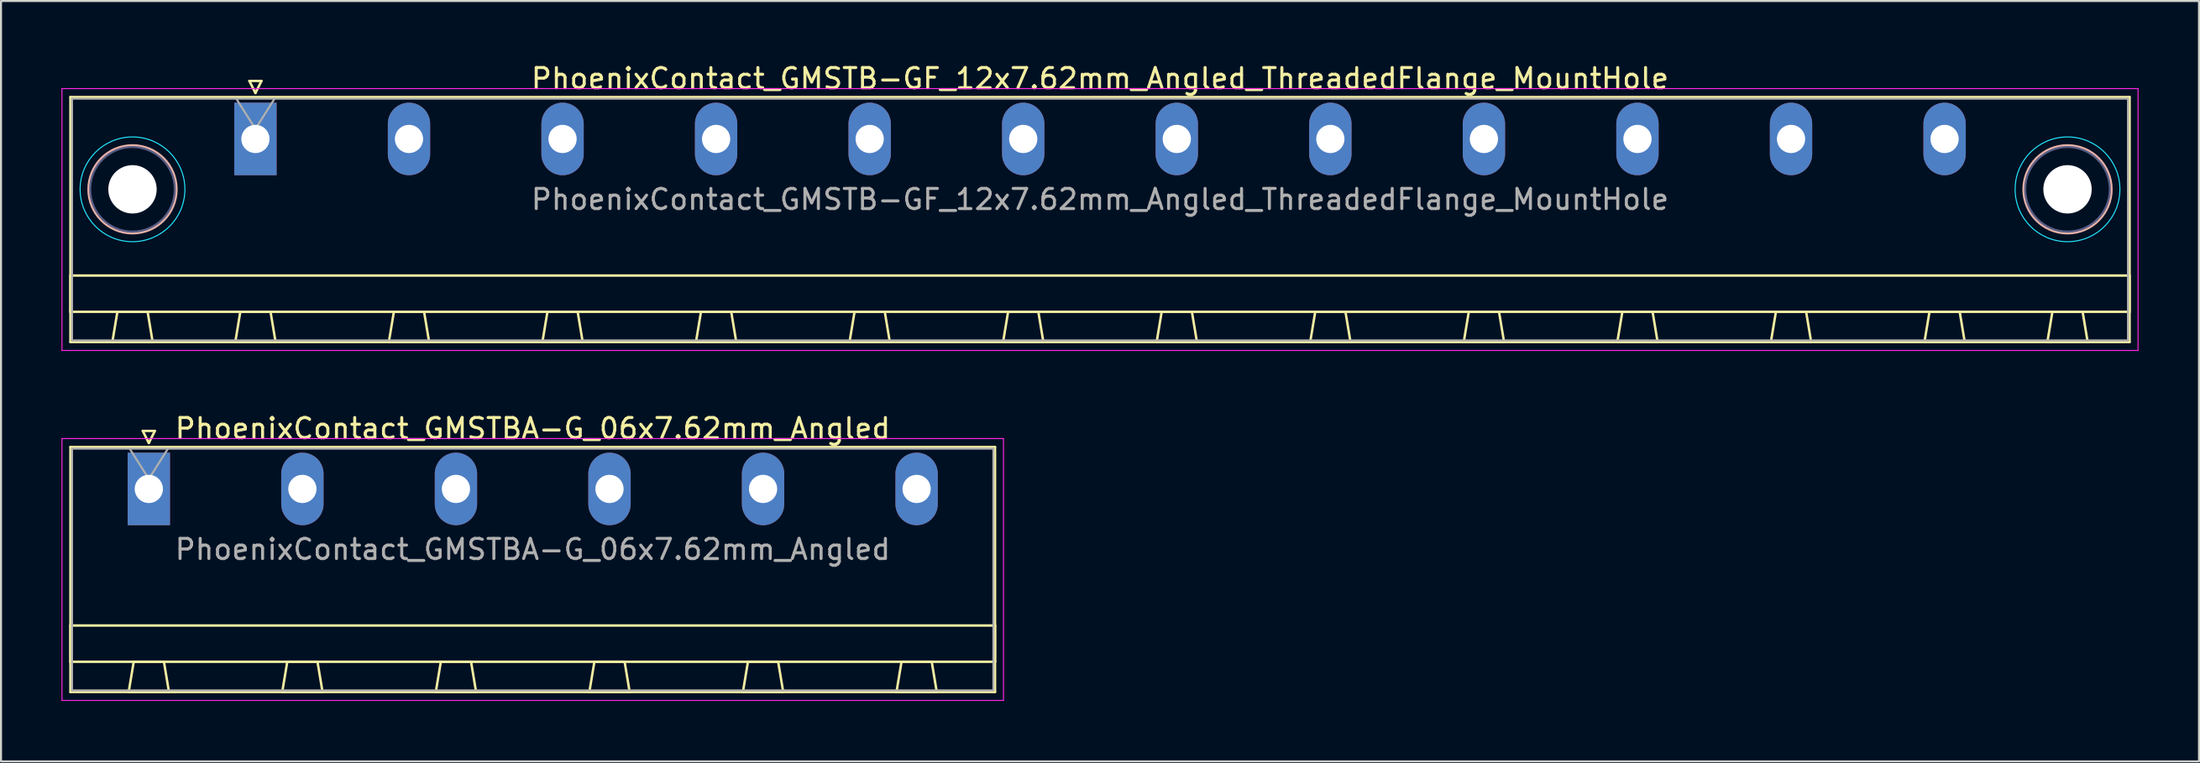
<source format=kicad_pcb>
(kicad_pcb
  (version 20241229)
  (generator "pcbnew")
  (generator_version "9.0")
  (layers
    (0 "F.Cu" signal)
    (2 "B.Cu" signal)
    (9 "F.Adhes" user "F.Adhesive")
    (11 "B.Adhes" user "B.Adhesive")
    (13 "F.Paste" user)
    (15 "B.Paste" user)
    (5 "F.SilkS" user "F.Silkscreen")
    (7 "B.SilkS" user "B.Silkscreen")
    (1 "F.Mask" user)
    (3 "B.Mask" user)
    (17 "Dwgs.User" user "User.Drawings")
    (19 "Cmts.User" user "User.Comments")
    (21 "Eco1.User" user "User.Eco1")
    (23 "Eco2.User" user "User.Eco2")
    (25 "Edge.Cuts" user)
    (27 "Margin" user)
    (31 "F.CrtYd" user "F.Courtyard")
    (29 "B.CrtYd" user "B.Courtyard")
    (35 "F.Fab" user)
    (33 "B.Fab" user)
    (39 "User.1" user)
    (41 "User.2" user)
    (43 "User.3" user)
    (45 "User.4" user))
  (footprint "PhoenixContact_GMSTB-GF_12x7.62mm_Angled_ThreadedFlange_MountHole"
    (layer "F.Cu")
    (at 9.625 3.848)
    (property "Reference" "PhoenixContact_GMSTB-GF_12x7.62mm_Angled_ThreadedFlange_MountHole" (at 41.91 -3 0) (layer "F.SilkS") (effects (font (size 1 1) (thickness 0.15))))
    (attr through_hole)
    (fp_line (start -9.18 -2.08) (end -9.18 10.08) (stroke (width 0.12) (type solid)) (layer "F.SilkS"))
    (fp_line (start -9.18 6.78) (end 93 6.78) (stroke (width 0.12) (type solid)) (layer "F.SilkS"))
    (fp_line (start -9.18 8.58) (end -9.18 6.78) (stroke (width 0.12) (type solid)) (layer "F.SilkS"))
    (fp_line (start -9.18 10.08) (end 93 10.08) (stroke (width 0.12) (type solid)) (layer "F.SilkS"))
    (fp_line (start -7.1 10.08) (end -5.1 10.08) (stroke (width 0.12) (type solid)) (layer "F.SilkS"))
    (fp_line (start -6.85 8.58) (end -7.1 10.08) (stroke (width 0.12) (type solid)) (layer "F.SilkS"))
    (fp_line (start -5.35 8.58) (end -6.85 8.58) (stroke (width 0.12) (type solid)) (layer "F.SilkS"))
    (fp_line (start -5.1 10.08) (end -5.35 8.58) (stroke (width 0.12) (type solid)) (layer "F.SilkS"))
    (fp_line (start -1 10.08) (end 1 10.08) (stroke (width 0.12) (type solid)) (layer "F.SilkS"))
    (fp_line (start -0.75 8.58) (end -1 10.08) (stroke (width 0.12) (type solid)) (layer "F.SilkS"))
    (fp_line (start -0.3 -2.88) (end 0.3 -2.88) (stroke (width 0.12) (type solid)) (layer "F.SilkS"))
    (fp_line (start 0 -2.28) (end -0.3 -2.88) (stroke (width 0.12) (type solid)) (layer "F.SilkS"))
    (fp_line (start 0.3 -2.88) (end 0 -2.28) (stroke (width 0.12) (type solid)) (layer "F.SilkS"))
    (fp_line (start 0.75 8.58) (end -0.75 8.58) (stroke (width 0.12) (type solid)) (layer "F.SilkS"))
    (fp_line (start 1 10.08) (end 0.75 8.58) (stroke (width 0.12) (type solid)) (layer "F.SilkS"))
    (fp_line (start 6.62 10.08) (end 8.62 10.08) (stroke (width 0.12) (type solid)) (layer "F.SilkS"))
    (fp_line (start 6.87 8.58) (end 6.62 10.08) (stroke (width 0.12) (type solid)) (layer "F.SilkS"))
    (fp_line (start 8.37 8.58) (end 6.87 8.58) (stroke (width 0.12) (type solid)) (layer "F.SilkS"))
    (fp_line (start 8.62 10.08) (end 8.37 8.58) (stroke (width 0.12) (type solid)) (layer "F.SilkS"))
    (fp_line (start 14.24 10.08) (end 16.24 10.08) (stroke (width 0.12) (type solid)) (layer "F.SilkS"))
    (fp_line (start 14.49 8.58) (end 14.24 10.08) (stroke (width 0.12) (type solid)) (layer "F.SilkS"))
    (fp_line (start 15.99 8.58) (end 14.49 8.58) (stroke (width 0.12) (type solid)) (layer "F.SilkS"))
    (fp_line (start 16.24 10.08) (end 15.99 8.58) (stroke (width 0.12) (type solid)) (layer "F.SilkS"))
    (fp_line (start 21.86 10.08) (end 23.86 10.08) (stroke (width 0.12) (type solid)) (layer "F.SilkS"))
    (fp_line (start 22.11 8.58) (end 21.86 10.08) (stroke (width 0.12) (type solid)) (layer "F.SilkS"))
    (fp_line (start 23.61 8.58) (end 22.11 8.58) (stroke (width 0.12) (type solid)) (layer "F.SilkS"))
    (fp_line (start 23.86 10.08) (end 23.61 8.58) (stroke (width 0.12) (type solid)) (layer "F.SilkS"))
    (fp_line (start 29.48 10.08) (end 31.48 10.08) (stroke (width 0.12) (type solid)) (layer "F.SilkS"))
    (fp_line (start 29.73 8.58) (end 29.48 10.08) (stroke (width 0.12) (type solid)) (layer "F.SilkS"))
    (fp_line (start 31.23 8.58) (end 29.73 8.58) (stroke (width 0.12) (type solid)) (layer "F.SilkS"))
    (fp_line (start 31.48 10.08) (end 31.23 8.58) (stroke (width 0.12) (type solid)) (layer "F.SilkS"))
    (fp_line (start 37.1 10.08) (end 39.1 10.08) (stroke (width 0.12) (type solid)) (layer "F.SilkS"))
    (fp_line (start 37.35 8.58) (end 37.1 10.08) (stroke (width 0.12) (type solid)) (layer "F.SilkS"))
    (fp_line (start 38.85 8.58) (end 37.35 8.58) (stroke (width 0.12) (type solid)) (layer "F.SilkS"))
    (fp_line (start 39.1 10.08) (end 38.85 8.58) (stroke (width 0.12) (type solid)) (layer "F.SilkS"))
    (fp_line (start 44.72 10.08) (end 46.72 10.08) (stroke (width 0.12) (type solid)) (layer "F.SilkS"))
    (fp_line (start 44.97 8.58) (end 44.72 10.08) (stroke (width 0.12) (type solid)) (layer "F.SilkS"))
    (fp_line (start 46.47 8.58) (end 44.97 8.58) (stroke (width 0.12) (type solid)) (layer "F.SilkS"))
    (fp_line (start 46.72 10.08) (end 46.47 8.58) (stroke (width 0.12) (type solid)) (layer "F.SilkS"))
    (fp_line (start 52.34 10.08) (end 54.34 10.08) (stroke (width 0.12) (type solid)) (layer "F.SilkS"))
    (fp_line (start 52.59 8.58) (end 52.34 10.08) (stroke (width 0.12) (type solid)) (layer "F.SilkS"))
    (fp_line (start 54.09 8.58) (end 52.59 8.58) (stroke (width 0.12) (type solid)) (layer "F.SilkS"))
    (fp_line (start 54.34 10.08) (end 54.09 8.58) (stroke (width 0.12) (type solid)) (layer "F.SilkS"))
    (fp_line (start 59.96 10.08) (end 61.96 10.08) (stroke (width 0.12) (type solid)) (layer "F.SilkS"))
    (fp_line (start 60.21 8.58) (end 59.96 10.08) (stroke (width 0.12) (type solid)) (layer "F.SilkS"))
    (fp_line (start 61.71 8.58) (end 60.21 8.58) (stroke (width 0.12) (type solid)) (layer "F.SilkS"))
    (fp_line (start 61.96 10.08) (end 61.71 8.58) (stroke (width 0.12) (type solid)) (layer "F.SilkS"))
    (fp_line (start 67.58 10.08) (end 69.58 10.08) (stroke (width 0.12) (type solid)) (layer "F.SilkS"))
    (fp_line (start 67.83 8.58) (end 67.58 10.08) (stroke (width 0.12) (type solid)) (layer "F.SilkS"))
    (fp_line (start 69.33 8.58) (end 67.83 8.58) (stroke (width 0.12) (type solid)) (layer "F.SilkS"))
    (fp_line (start 69.58 10.08) (end 69.33 8.58) (stroke (width 0.12) (type solid)) (layer "F.SilkS"))
    (fp_line (start 75.2 10.08) (end 77.2 10.08) (stroke (width 0.12) (type solid)) (layer "F.SilkS"))
    (fp_line (start 75.45 8.58) (end 75.2 10.08) (stroke (width 0.12) (type solid)) (layer "F.SilkS"))
    (fp_line (start 76.95 8.58) (end 75.45 8.58) (stroke (width 0.12) (type solid)) (layer "F.SilkS"))
    (fp_line (start 77.2 10.08) (end 76.95 8.58) (stroke (width 0.12) (type solid)) (layer "F.SilkS"))
    (fp_line (start 82.82 10.08) (end 84.82 10.08) (stroke (width 0.12) (type solid)) (layer "F.SilkS"))
    (fp_line (start 83.07 8.58) (end 82.82 10.08) (stroke (width 0.12) (type solid)) (layer "F.SilkS"))
    (fp_line (start 84.57 8.58) (end 83.07 8.58) (stroke (width 0.12) (type solid)) (layer "F.SilkS"))
    (fp_line (start 84.82 10.08) (end 84.57 8.58) (stroke (width 0.12) (type solid)) (layer "F.SilkS"))
    (fp_line (start 88.92 10.08) (end 90.92 10.08) (stroke (width 0.12) (type solid)) (layer "F.SilkS"))
    (fp_line (start 89.17 8.58) (end 88.92 10.08) (stroke (width 0.12) (type solid)) (layer "F.SilkS"))
    (fp_line (start 90.67 8.58) (end 89.17 8.58) (stroke (width 0.12) (type solid)) (layer "F.SilkS"))
    (fp_line (start 90.92 10.08) (end 90.67 8.58) (stroke (width 0.12) (type solid)) (layer "F.SilkS"))
    (fp_line (start 93 -2.08) (end -9.18 -2.08) (stroke (width 0.12) (type solid)) (layer "F.SilkS"))
    (fp_line (start 93 6.78) (end 93 8.58) (stroke (width 0.12) (type solid)) (layer "F.SilkS"))
    (fp_line (start 93 8.58) (end -9.18 8.58) (stroke (width 0.12) (type solid)) (layer "F.SilkS"))
    (fp_line (start 93 10.08) (end 93 -2.08) (stroke (width 0.12) (type solid)) (layer "F.SilkS"))
    (fp_circle (center -6.1 2.5) (end -3.92 2.5) (stroke (width 0.12) (type solid)) (fill no) (layer "B.SilkS"))
    (fp_circle (center 89.92 2.5) (end 92.1 2.5) (stroke (width 0.12) (type solid)) (fill no) (layer "B.SilkS"))
    (fp_circle (center -6.1 2.5) (end -3.5 2.5) (stroke (width 0.05) (type solid)) (fill no) (layer "B.CrtYd"))
    (fp_circle (center 89.92 2.5) (end 92.52 2.5) (stroke (width 0.05) (type solid)) (fill no) (layer "B.CrtYd"))
    (fp_line (start -9.6 -2.5) (end -9.6 10.5) (stroke (width 0.05) (type solid)) (layer "F.CrtYd"))
    (fp_line (start -9.6 10.5) (end 93.42 10.5) (stroke (width 0.05) (type solid)) (layer "F.CrtYd"))
    (fp_line (start 93.42 -2.5) (end -9.6 -2.5) (stroke (width 0.05) (type solid)) (layer "F.CrtYd"))
    (fp_line (start 93.42 10.5) (end 93.42 -2.5) (stroke (width 0.05) (type solid)) (layer "F.CrtYd"))
    (fp_circle (center -6.1 2.5) (end -4 2.5) (stroke (width 0.1) (type solid)) (fill no) (layer "B.Fab"))
    (fp_circle (center 89.92 2.5) (end 92.02 2.5) (stroke (width 0.1) (type solid)) (fill no) (layer "B.Fab"))
    (fp_line (start -9.1 -2) (end -9.1 10) (stroke (width 0.1) (type solid)) (layer "F.Fab"))
    (fp_line (start -9.1 10) (end 92.92 10) (stroke (width 0.1) (type solid)) (layer "F.Fab"))
    (fp_line (start 0 -0.5) (end -0.95 -2) (stroke (width 0.1) (type solid)) (layer "F.Fab"))
    (fp_line (start 0.95 -2) (end 0 -0.5) (stroke (width 0.1) (type solid)) (layer "F.Fab"))
    (fp_line (start 92.92 -2) (end -9.1 -2) (stroke (width 0.1) (type solid)) (layer "F.Fab"))
    (fp_line (start 92.92 10) (end 92.92 -2) (stroke (width 0.1) (type solid)) (layer "F.Fab"))
    (fp_text user "${REFERENCE}" (at 41.91 3 0) (layer "F.Fab") (effects (font (size 1 1) (thickness 0.15))))
    (pad "" np_thru_hole circle (at -6.1 2.5) (size 2.4 2.4) (drill 2.4) (layers "*.Cu" "*.Mask"))
    (pad "" np_thru_hole circle (at 89.92 2.5) (size 2.4 2.4) (drill 2.4) (layers "*.Cu" "*.Mask"))
    (pad "1" thru_hole rect (at 0 0) (size 2.1 3.6) (drill 1.4) (layers "*.Cu" "*.Mask"))
    (pad "2" thru_hole oval (at 7.62 0) (size 2.1 3.6) (drill 1.4) (layers "*.Cu" "*.Mask"))
    (pad "3" thru_hole oval (at 15.24 0) (size 2.1 3.6) (drill 1.4) (layers "*.Cu" "*.Mask"))
    (pad "4" thru_hole oval (at 22.86 0) (size 2.1 3.6) (drill 1.4) (layers "*.Cu" "*.Mask"))
    (pad "5" thru_hole oval (at 30.48 0) (size 2.1 3.6) (drill 1.4) (layers "*.Cu" "*.Mask"))
    (pad "6" thru_hole oval (at 38.1 0) (size 2.1 3.6) (drill 1.4) (layers "*.Cu" "*.Mask"))
    (pad "7" thru_hole oval (at 45.72 0) (size 2.1 3.6) (drill 1.4) (layers "*.Cu" "*.Mask"))
    (pad "8" thru_hole oval (at 53.34 0) (size 2.1 3.6) (drill 1.4) (layers "*.Cu" "*.Mask"))
    (pad "9" thru_hole oval (at 60.96 0) (size 2.1 3.6) (drill 1.4) (layers "*.Cu" "*.Mask"))
    (pad "10" thru_hole oval (at 68.58 0) (size 2.1 3.6) (drill 1.4) (layers "*.Cu" "*.Mask"))
    (pad "11" thru_hole oval (at 76.2 0) (size 2.1 3.6) (drill 1.4) (layers "*.Cu" "*.Mask"))
    (pad "12" thru_hole oval (at 83.82 0) (size 2.1 3.6) (drill 1.4) (layers "*.Cu" "*.Mask")))
  (footprint "PhoenixContact_GMSTBA-G_06x7.62mm_Angled"
    (layer "F.Cu")
    (at 4.335 21.221)
    (property "Reference" "PhoenixContact_GMSTBA-G_06x7.62mm_Angled" (at 19.05 -3 0) (layer "F.SilkS") (effects (font (size 1 1) (thickness 0.15))))
    (attr through_hole)
    (fp_line (start -3.89 -2.08) (end -3.89 10.08) (stroke (width 0.12) (type solid)) (layer "F.SilkS"))
    (fp_line (start -3.89 6.78) (end 41.99 6.78) (stroke (width 0.12) (type solid)) (layer "F.SilkS"))
    (fp_line (start -3.89 8.58) (end -3.89 6.78) (stroke (width 0.12) (type solid)) (layer "F.SilkS"))
    (fp_line (start -3.89 10.08) (end 41.99 10.08) (stroke (width 0.12) (type solid)) (layer "F.SilkS"))
    (fp_line (start -1 10.08) (end 1 10.08) (stroke (width 0.12) (type solid)) (layer "F.SilkS"))
    (fp_line (start -0.75 8.58) (end -1 10.08) (stroke (width 0.12) (type solid)) (layer "F.SilkS"))
    (fp_line (start -0.3 -2.88) (end 0.3 -2.88) (stroke (width 0.12) (type solid)) (layer "F.SilkS"))
    (fp_line (start 0 -2.28) (end -0.3 -2.88) (stroke (width 0.12) (type solid)) (layer "F.SilkS"))
    (fp_line (start 0.3 -2.88) (end 0 -2.28) (stroke (width 0.12) (type solid)) (layer "F.SilkS"))
    (fp_line (start 0.75 8.58) (end -0.75 8.58) (stroke (width 0.12) (type solid)) (layer "F.SilkS"))
    (fp_line (start 1 10.08) (end 0.75 8.58) (stroke (width 0.12) (type solid)) (layer "F.SilkS"))
    (fp_line (start 6.62 10.08) (end 8.62 10.08) (stroke (width 0.12) (type solid)) (layer "F.SilkS"))
    (fp_line (start 6.87 8.58) (end 6.62 10.08) (stroke (width 0.12) (type solid)) (layer "F.SilkS"))
    (fp_line (start 8.37 8.58) (end 6.87 8.58) (stroke (width 0.12) (type solid)) (layer "F.SilkS"))
    (fp_line (start 8.62 10.08) (end 8.37 8.58) (stroke (width 0.12) (type solid)) (layer "F.SilkS"))
    (fp_line (start 14.24 10.08) (end 16.24 10.08) (stroke (width 0.12) (type solid)) (layer "F.SilkS"))
    (fp_line (start 14.49 8.58) (end 14.24 10.08) (stroke (width 0.12) (type solid)) (layer "F.SilkS"))
    (fp_line (start 15.99 8.58) (end 14.49 8.58) (stroke (width 0.12) (type solid)) (layer "F.SilkS"))
    (fp_line (start 16.24 10.08) (end 15.99 8.58) (stroke (width 0.12) (type solid)) (layer "F.SilkS"))
    (fp_line (start 21.86 10.08) (end 23.86 10.08) (stroke (width 0.12) (type solid)) (layer "F.SilkS"))
    (fp_line (start 22.11 8.58) (end 21.86 10.08) (stroke (width 0.12) (type solid)) (layer "F.SilkS"))
    (fp_line (start 23.61 8.58) (end 22.11 8.58) (stroke (width 0.12) (type solid)) (layer "F.SilkS"))
    (fp_line (start 23.86 10.08) (end 23.61 8.58) (stroke (width 0.12) (type solid)) (layer "F.SilkS"))
    (fp_line (start 29.48 10.08) (end 31.48 10.08) (stroke (width 0.12) (type solid)) (layer "F.SilkS"))
    (fp_line (start 29.73 8.58) (end 29.48 10.08) (stroke (width 0.12) (type solid)) (layer "F.SilkS"))
    (fp_line (start 31.23 8.58) (end 29.73 8.58) (stroke (width 0.12) (type solid)) (layer "F.SilkS"))
    (fp_line (start 31.48 10.08) (end 31.23 8.58) (stroke (width 0.12) (type solid)) (layer "F.SilkS"))
    (fp_line (start 37.1 10.08) (end 39.1 10.08) (stroke (width 0.12) (type solid)) (layer "F.SilkS"))
    (fp_line (start 37.35 8.58) (end 37.1 10.08) (stroke (width 0.12) (type solid)) (layer "F.SilkS"))
    (fp_line (start 38.85 8.58) (end 37.35 8.58) (stroke (width 0.12) (type solid)) (layer "F.SilkS"))
    (fp_line (start 39.1 10.08) (end 38.85 8.58) (stroke (width 0.12) (type solid)) (layer "F.SilkS"))
    (fp_line (start 41.99 -2.08) (end -3.89 -2.08) (stroke (width 0.12) (type solid)) (layer "F.SilkS"))
    (fp_line (start 41.99 6.78) (end 41.99 8.58) (stroke (width 0.12) (type solid)) (layer "F.SilkS"))
    (fp_line (start 41.99 8.58) (end -3.89 8.58) (stroke (width 0.12) (type solid)) (layer "F.SilkS"))
    (fp_line (start 41.99 10.08) (end 41.99 -2.08) (stroke (width 0.12) (type solid)) (layer "F.SilkS"))
    (fp_line (start -4.31 -2.5) (end -4.31 10.5) (stroke (width 0.05) (type solid)) (layer "F.CrtYd"))
    (fp_line (start -4.31 10.5) (end 42.41 10.5) (stroke (width 0.05) (type solid)) (layer "F.CrtYd"))
    (fp_line (start 42.41 -2.5) (end -4.31 -2.5) (stroke (width 0.05) (type solid)) (layer "F.CrtYd"))
    (fp_line (start 42.41 10.5) (end 42.41 -2.5) (stroke (width 0.05) (type solid)) (layer "F.CrtYd"))
    (fp_line (start -3.81 -2) (end -3.81 10) (stroke (width 0.1) (type solid)) (layer "F.Fab"))
    (fp_line (start -3.81 10) (end 41.91 10) (stroke (width 0.1) (type solid)) (layer "F.Fab"))
    (fp_line (start 0 -0.5) (end -0.95 -2) (stroke (width 0.1) (type solid)) (layer "F.Fab"))
    (fp_line (start 0.95 -2) (end 0 -0.5) (stroke (width 0.1) (type solid)) (layer "F.Fab"))
    (fp_line (start 41.91 -2) (end -3.81 -2) (stroke (width 0.1) (type solid)) (layer "F.Fab"))
    (fp_line (start 41.91 10) (end 41.91 -2) (stroke (width 0.1) (type solid)) (layer "F.Fab"))
    (fp_text user "${REFERENCE}" (at 19.05 3 0) (layer "F.Fab") (effects (font (size 1 1) (thickness 0.15))))
    (pad "1" thru_hole rect (at 0 0) (size 2.1 3.6) (drill 1.4) (layers "*.Cu" "*.Mask"))
    (pad "2" thru_hole oval (at 7.62 0) (size 2.1 3.6) (drill 1.4) (layers "*.Cu" "*.Mask"))
    (pad "3" thru_hole oval (at 15.24 0) (size 2.1 3.6) (drill 1.4) (layers "*.Cu" "*.Mask"))
    (pad "4" thru_hole oval (at 22.86 0) (size 2.1 3.6) (drill 1.4) (layers "*.Cu" "*.Mask"))
    (pad "5" thru_hole oval (at 30.48 0) (size 2.1 3.6) (drill 1.4) (layers "*.Cu" "*.Mask"))
    (pad "6" thru_hole oval (at 38.1 0) (size 2.1 3.6) (drill 1.4) (layers "*.Cu" "*.Mask")))
  (gr_rect
    (start -3 -3)
    (end 106.07 34.746)
    (stroke (width 0.1) (type default))
    (fill no)
    (layer "Edge.Cuts")))
</source>
